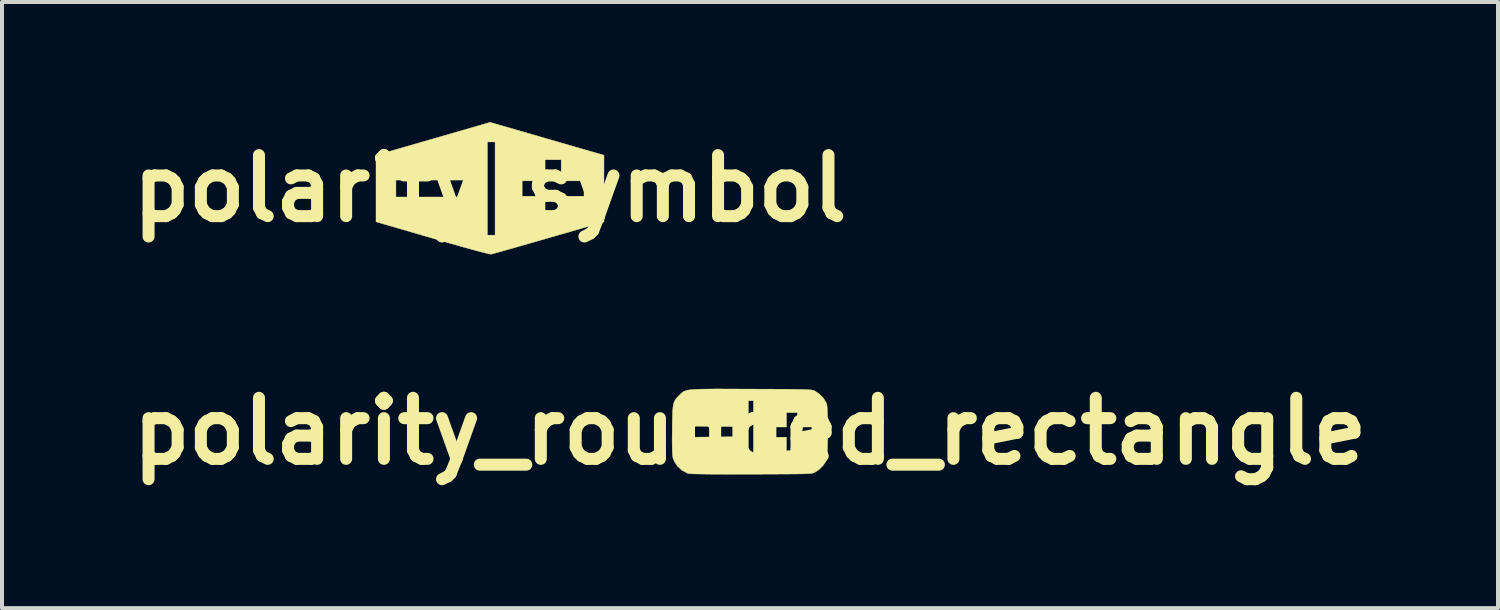
<source format=kicad_pcb>
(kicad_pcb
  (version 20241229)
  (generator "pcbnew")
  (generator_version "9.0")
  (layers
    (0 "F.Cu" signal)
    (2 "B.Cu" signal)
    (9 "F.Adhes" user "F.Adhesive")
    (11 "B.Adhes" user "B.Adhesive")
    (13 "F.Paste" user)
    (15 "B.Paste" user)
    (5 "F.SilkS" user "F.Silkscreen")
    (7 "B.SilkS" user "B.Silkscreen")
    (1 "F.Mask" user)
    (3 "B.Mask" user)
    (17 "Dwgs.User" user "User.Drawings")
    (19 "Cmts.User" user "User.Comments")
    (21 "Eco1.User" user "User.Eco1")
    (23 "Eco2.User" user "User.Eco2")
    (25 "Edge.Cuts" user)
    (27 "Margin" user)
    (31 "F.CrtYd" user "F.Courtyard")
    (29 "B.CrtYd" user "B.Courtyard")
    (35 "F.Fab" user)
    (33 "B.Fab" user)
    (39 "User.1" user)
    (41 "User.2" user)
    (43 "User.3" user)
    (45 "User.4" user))
  (footprint "polarity symbol"
    (layer "F.Cu")
    (at 9.188 1.659)
    (property "Reference" "polarity symbol" (at 0 0 0) (layer "F.SilkS") (effects (font (size 1.524 1.524) (thickness 0.3))))
    (attr through_hole)
    (fp_poly (pts (xy 1.425 -1.243) (xy 2.847 -0.832) (xy 2.847 0.833) (xy 1.471 1.231) (xy 1.237 1.298) (xy 1.013 1.363) (xy 0.803 1.423) (xy 0.612 1.478) (xy 0.441 1.526) (xy 0.296 1.567) (xy 0.178 1.6) (xy 0.093 1.623) (xy 0.043 1.637) (xy 0.032 1.639) (xy -0.001 1.636) (xy -0.071 1.621) (xy -0.178 1.595) (xy -0.321 1.557) (xy -0.503 1.507) (xy -0.724 1.446) (xy -0.983 1.372) (xy -1.282 1.286) (xy -1.439 1.24) (xy -2.847 0.831) (xy -2.847 -0.212) (xy -2.349 -0.212) (xy -2.349 0.212) (xy -0.656 0.212) (xy -0.656 -0.212) (xy -2.349 -0.212) (xy -2.847 -0.212) (xy -2.847 -0.831) (xy -1.693 -1.164) (xy -0.064 -1.164) (xy -0.064 1.164) (xy 0.127 1.164) (xy 0.127 -0.191) (xy 0.804 -0.191) (xy 0.804 0.191) (xy 1.376 0.191) (xy 1.376 0.72) (xy 1.778 0.72) (xy 1.778 0.191) (xy 2.349 0.191) (xy 2.349 -0.191) (xy 1.778 -0.191) (xy 1.778 -0.72) (xy 1.376 -0.72) (xy 1.376 -0.191) (xy 0.804 -0.191) (xy 0.127 -0.191) (xy 0.127 -1.164) (xy -0.064 -1.164) (xy -1.693 -1.164) (xy -1.422 -1.242) (xy 0.003 -1.654) (xy 1.425 -1.243)) (stroke (width 0.01) (type solid)) (fill yes) (layer "F.SilkS")))
  (footprint "polarity_rounded_rectangle"
    (layer "F.Cu")
    (at 15.683 7.721)
    (property "Reference" "polarity_rounded_rectangle" (at 0 0 0) (layer "F.SilkS") (effects (font (size 1.524 1.524) (thickness 0.3))))
    (attr through_hole)
    (fp_poly (pts (xy -0.473 -1.055) (xy -0.202 -1.054) (xy 0.033 -1.053) (xy 0.322 -1.052) (xy 0.571 -1.051) (xy 0.785 -1.05) (xy 0.965 -1.049) (xy 1.115 -1.047) (xy 1.238 -1.045) (xy 1.337 -1.043) (xy 1.415 -1.04) (xy 1.476 -1.036) (xy 1.521 -1.032) (xy 1.556 -1.027) (xy 1.581 -1.021) (xy 1.601 -1.014) (xy 1.618 -1.006) (xy 1.619 -1.006) (xy 1.726 -0.935) (xy 1.824 -0.837) (xy 1.895 -0.73) (xy 1.895 -0.73) (xy 1.907 -0.703) (xy 1.916 -0.674) (xy 1.923 -0.637) (xy 1.929 -0.587) (xy 1.932 -0.519) (xy 1.935 -0.428) (xy 1.936 -0.308) (xy 1.937 -0.157) (xy 1.937 0.011) (xy 1.937 0.196) (xy 1.936 0.344) (xy 1.934 0.46) (xy 1.932 0.548) (xy 1.928 0.614) (xy 1.923 0.663) (xy 1.915 0.699) (xy 1.906 0.727) (xy 1.895 0.751) (xy 1.824 0.858) (xy 1.726 0.956) (xy 1.619 1.027) (xy 1.619 1.027) (xy 1.601 1.035) (xy 1.581 1.042) (xy 1.556 1.048) (xy 1.523 1.053) (xy 1.477 1.057) (xy 1.417 1.061) (xy 1.34 1.064) (xy 1.242 1.066) (xy 1.12 1.068) (xy 0.971 1.069) (xy 0.793 1.07) (xy 0.581 1.071) (xy 0.334 1.072) (xy 0.047 1.073) (xy 0.021 1.073) (xy -0.292 1.073) (xy -0.566 1.074) (xy -0.801 1.073) (xy -1 1.072) (xy -1.165 1.07) (xy -1.299 1.068) (xy -1.402 1.065) (xy -1.478 1.062) (xy -1.529 1.057) (xy -1.556 1.052) (xy -1.557 1.052) (xy -1.698 0.976) (xy -1.812 0.873) (xy -1.894 0.747) (xy -1.925 0.666) (xy -1.933 0.618) (xy -1.939 0.537) (xy -1.943 0.42) (xy -1.945 0.266) (xy -1.945 0.149) (xy -1.545 0.149) (xy -0.434 0.138) (xy -0.434 -0.116) (xy -1.545 -0.128) (xy -1.545 0.149) (xy -1.945 0.149) (xy -1.944 0.073) (xy -1.943 -0.032) (xy -1.941 -0.223) (xy -1.938 -0.377) (xy -1.933 -0.5) (xy -1.925 -0.595) (xy -1.913 -0.67) (xy -1.896 -0.729) (xy -1.88 -0.762) (xy -0.042 -0.762) (xy -0.042 0.783) (xy 0.085 0.783) (xy 0.085 -0.106) (xy 0.529 -0.106) (xy 0.529 0.148) (xy 0.91 0.148) (xy 0.91 0.487) (xy 1.185 0.487) (xy 1.185 0.148) (xy 1.545 0.148) (xy 1.545 -0.106) (xy 1.185 -0.106) (xy 1.185 -0.466) (xy 0.91 -0.466) (xy 0.91 -0.106) (xy 0.529 -0.106) (xy 0.085 -0.106) (xy 0.085 -0.762) (xy -0.042 -0.762) (xy -1.88 -0.762) (xy -1.873 -0.777) (xy -1.842 -0.82) (xy -1.803 -0.863) (xy -1.762 -0.903) (xy -1.733 -0.932) (xy -1.706 -0.957) (xy -1.679 -0.979) (xy -1.648 -0.997) (xy -1.61 -1.012) (xy -1.563 -1.025) (xy -1.503 -1.035) (xy -1.427 -1.042) (xy -1.333 -1.048) (xy -1.216 -1.052) (xy -1.075 -1.054) (xy -0.907 -1.056) (xy -0.707 -1.056) (xy -0.473 -1.055)) (stroke (width 0.01) (type solid)) (fill yes) (layer "F.SilkS")))
  (gr_rect
    (start -3 -3)
    (end 34.365 12.139)
    (stroke (width 0.1) (type default))
    (fill no)
    (layer "Edge.Cuts")))
</source>
